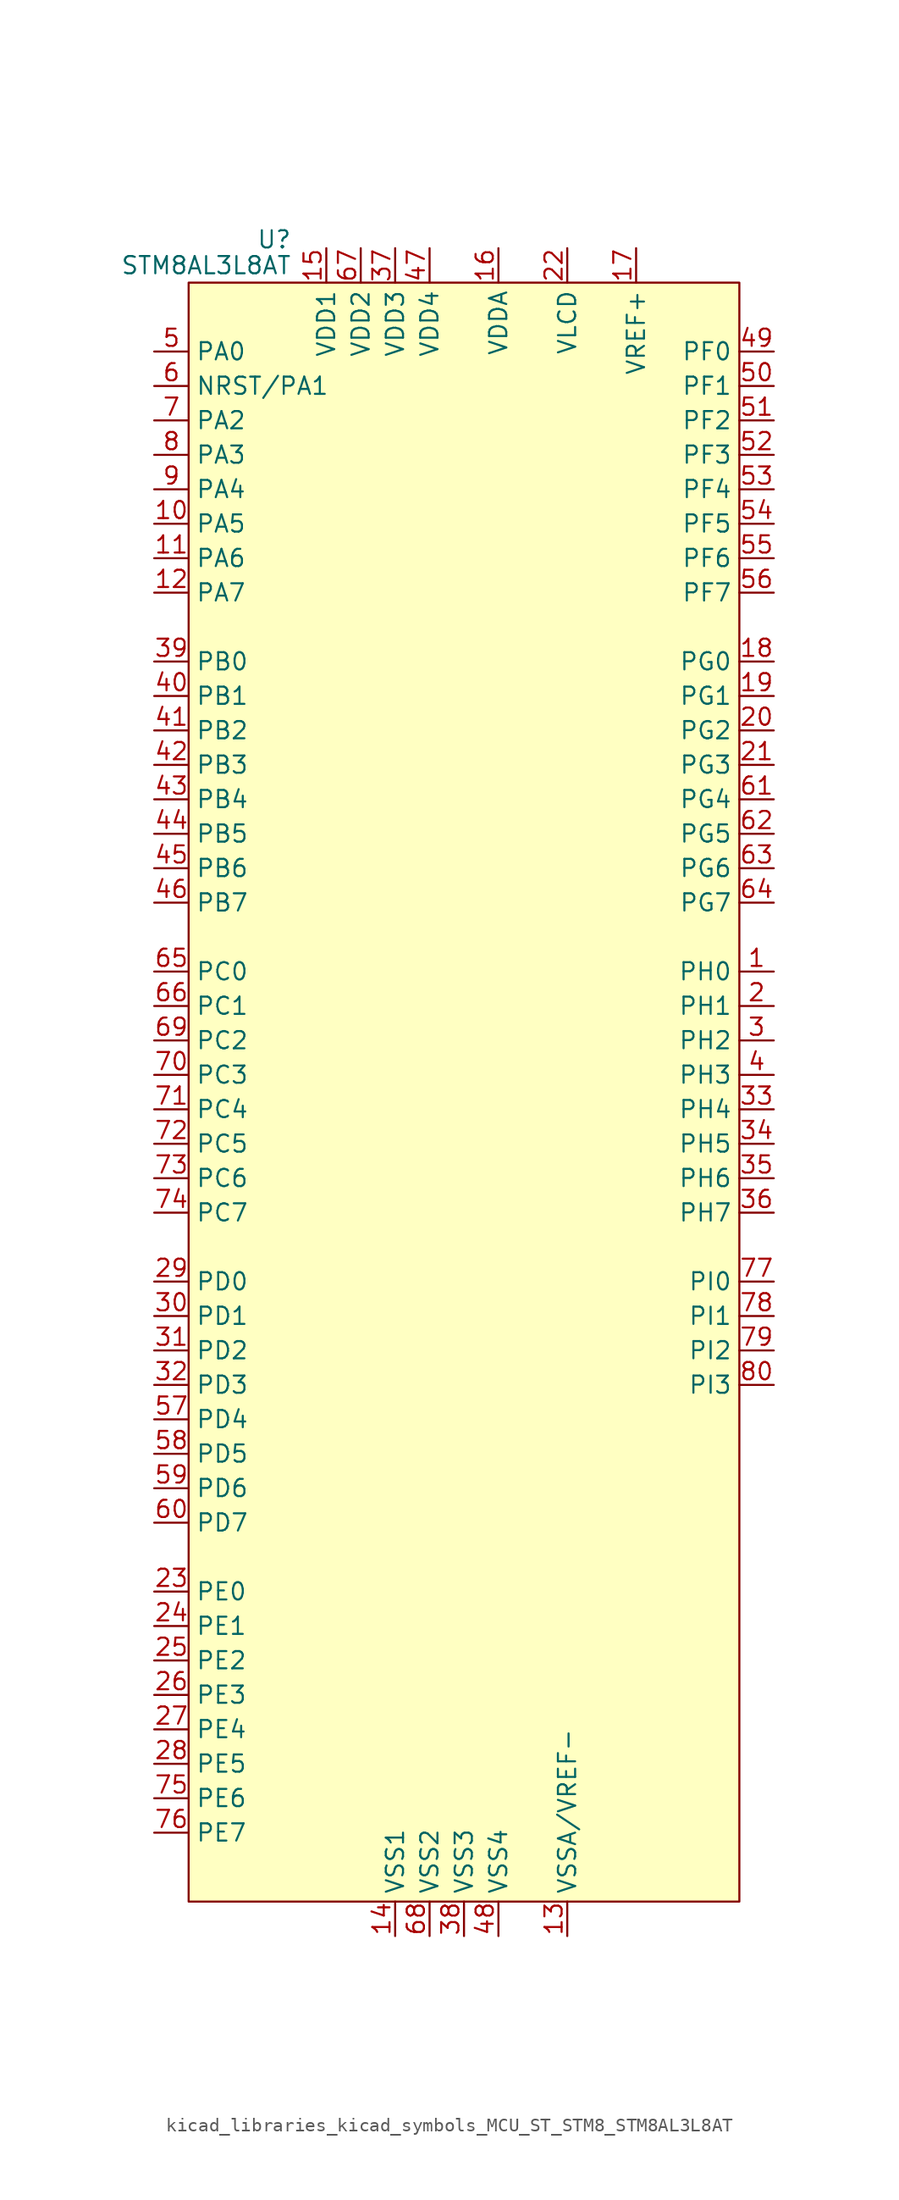
<source format=kicad_sym>
(kicad_symbol_lib
  (version 20220914)
  (generator kicad_symbol_editor)
  (symbol "kicad_libraries_kicad_symbols_MCU_ST_STM8_STM8AL3L8AT"
    (property "Reference" "U"
      (at -12.7 61.595 0)
      (effects (font (size 1.27 1.27)) (justify right)))
    (property "Value" "STM8AL3L8AT"
      (at -12.7 59.69 0)
      (effects (font (size 1.27 1.27)) (justify right)))
    (symbol "kicad_libraries_kicad_symbols_MCU_ST_STM8_STM8AL3L8AT_0_0"
      (pin bidirectional line (at 22.86 7.62 180) (length 2.54) (name "PH0" (effects (font (size 1.27 1.27)))) (number "1" (effects (font (size 1.27 1.27)))))
      (pin bidirectional line (at -22.86 40.64 0) (length 2.54) (name "PA5" (effects (font (size 1.27 1.27)))) (number "10" (effects (font (size 1.27 1.27)))))
      (pin bidirectional line (at -22.86 38.1 0) (length 2.54) (name "PA6" (effects (font (size 1.27 1.27)))) (number "11" (effects (font (size 1.27 1.27)))))
      (pin bidirectional line (at -22.86 35.56 0) (length 2.54) (name "PA7" (effects (font (size 1.27 1.27)))) (number "12" (effects (font (size 1.27 1.27)))))
      (pin power_in line (at 7.62 -63.5 90) (length 2.54) (name "VSSA/VREF-" (effects (font (size 1.27 1.27)))) (number "13" (effects (font (size 1.27 1.27)))))
      (pin power_in line (at -5.08 -63.5 90) (length 2.54) (name "VSS1" (effects (font (size 1.27 1.27)))) (number "14" (effects (font (size 1.27 1.27)))))
      (pin power_in line (at -10.16 60.96 270) (length 2.54) (name "VDD1" (effects (font (size 1.27 1.27)))) (number "15" (effects (font (size 1.27 1.27)))))
      (pin power_in line (at 2.54 60.96 270) (length 2.54) (name "VDDA" (effects (font (size 1.27 1.27)))) (number "16" (effects (font (size 1.27 1.27)))))
      (pin power_in line (at 12.7 60.96 270) (length 2.54) (name "VREF+" (effects (font (size 1.27 1.27)))) (number "17" (effects (font (size 1.27 1.27)))))
      (pin bidirectional line (at 22.86 30.48 180) (length 2.54) (name "PG0" (effects (font (size 1.27 1.27)))) (number "18" (effects (font (size 1.27 1.27)))))
      (pin bidirectional line (at 22.86 27.94 180) (length 2.54) (name "PG1" (effects (font (size 1.27 1.27)))) (number "19" (effects (font (size 1.27 1.27)))))
      (pin bidirectional line (at 22.86 5.08 180) (length 2.54) (name "PH1" (effects (font (size 1.27 1.27)))) (number "2" (effects (font (size 1.27 1.27)))))
      (pin bidirectional line (at 22.86 25.4 180) (length 2.54) (name "PG2" (effects (font (size 1.27 1.27)))) (number "20" (effects (font (size 1.27 1.27)))))
      (pin bidirectional line (at 22.86 22.86 180) (length 2.54) (name "PG3" (effects (font (size 1.27 1.27)))) (number "21" (effects (font (size 1.27 1.27)))))
      (pin power_in line (at 7.62 60.96 270) (length 2.54) (name "VLCD" (effects (font (size 1.27 1.27)))) (number "22" (effects (font (size 1.27 1.27)))))
      (pin bidirectional line (at -22.86 -38.1 0) (length 2.54) (name "PE0" (effects (font (size 1.27 1.27)))) (number "23" (effects (font (size 1.27 1.27)))))
      (pin bidirectional line (at -22.86 -40.64 0) (length 2.54) (name "PE1" (effects (font (size 1.27 1.27)))) (number "24" (effects (font (size 1.27 1.27)))))
      (pin bidirectional line (at -22.86 -43.18 0) (length 2.54) (name "PE2" (effects (font (size 1.27 1.27)))) (number "25" (effects (font (size 1.27 1.27)))))
      (pin bidirectional line (at -22.86 -45.72 0) (length 2.54) (name "PE3" (effects (font (size 1.27 1.27)))) (number "26" (effects (font (size 1.27 1.27)))))
      (pin bidirectional line (at -22.86 -48.26 0) (length 2.54) (name "PE4" (effects (font (size 1.27 1.27)))) (number "27" (effects (font (size 1.27 1.27)))))
      (pin bidirectional line (at -22.86 -50.8 0) (length 2.54) (name "PE5" (effects (font (size 1.27 1.27)))) (number "28" (effects (font (size 1.27 1.27)))))
      (pin bidirectional line (at -22.86 -15.24 0) (length 2.54) (name "PD0" (effects (font (size 1.27 1.27)))) (number "29" (effects (font (size 1.27 1.27)))))
      (pin bidirectional line (at 22.86 2.54 180) (length 2.54) (name "PH2" (effects (font (size 1.27 1.27)))) (number "3" (effects (font (size 1.27 1.27)))))
      (pin bidirectional line (at -22.86 -17.78 0) (length 2.54) (name "PD1" (effects (font (size 1.27 1.27)))) (number "30" (effects (font (size 1.27 1.27)))))
      (pin bidirectional line (at -22.86 -20.32 0) (length 2.54) (name "PD2" (effects (font (size 1.27 1.27)))) (number "31" (effects (font (size 1.27 1.27)))))
      (pin bidirectional line (at -22.86 -22.86 0) (length 2.54) (name "PD3" (effects (font (size 1.27 1.27)))) (number "32" (effects (font (size 1.27 1.27)))))
      (pin bidirectional line (at 22.86 -2.54 180) (length 2.54) (name "PH4" (effects (font (size 1.27 1.27)))) (number "33" (effects (font (size 1.27 1.27)))))
      (pin bidirectional line (at 22.86 -5.08 180) (length 2.54) (name "PH5" (effects (font (size 1.27 1.27)))) (number "34" (effects (font (size 1.27 1.27)))))
      (pin bidirectional line (at 22.86 -7.62 180) (length 2.54) (name "PH6" (effects (font (size 1.27 1.27)))) (number "35" (effects (font (size 1.27 1.27)))))
      (pin bidirectional line (at 22.86 -10.16 180) (length 2.54) (name "PH7" (effects (font (size 1.27 1.27)))) (number "36" (effects (font (size 1.27 1.27)))))
      (pin power_in line (at -5.08 60.96 270) (length 2.54) (name "VDD3" (effects (font (size 1.27 1.27)))) (number "37" (effects (font (size 1.27 1.27)))))
      (pin power_in line (at 0 -63.5 90) (length 2.54) (name "VSS3" (effects (font (size 1.27 1.27)))) (number "38" (effects (font (size 1.27 1.27)))))
      (pin bidirectional line (at -22.86 30.48 0) (length 2.54) (name "PB0" (effects (font (size 1.27 1.27)))) (number "39" (effects (font (size 1.27 1.27)))))
      (pin bidirectional line (at 22.86 0 180) (length 2.54) (name "PH3" (effects (font (size 1.27 1.27)))) (number "4" (effects (font (size 1.27 1.27)))))
      (pin bidirectional line (at -22.86 27.94 0) (length 2.54) (name "PB1" (effects (font (size 1.27 1.27)))) (number "40" (effects (font (size 1.27 1.27)))))
      (pin bidirectional line (at -22.86 25.4 0) (length 2.54) (name "PB2" (effects (font (size 1.27 1.27)))) (number "41" (effects (font (size 1.27 1.27)))))
      (pin bidirectional line (at -22.86 22.86 0) (length 2.54) (name "PB3" (effects (font (size 1.27 1.27)))) (number "42" (effects (font (size 1.27 1.27)))))
      (pin bidirectional line (at -22.86 20.32 0) (length 2.54) (name "PB4" (effects (font (size 1.27 1.27)))) (number "43" (effects (font (size 1.27 1.27)))))
      (pin bidirectional line (at -22.86 17.78 0) (length 2.54) (name "PB5" (effects (font (size 1.27 1.27)))) (number "44" (effects (font (size 1.27 1.27)))))
      (pin bidirectional line (at -22.86 15.24 0) (length 2.54) (name "PB6" (effects (font (size 1.27 1.27)))) (number "45" (effects (font (size 1.27 1.27)))))
      (pin bidirectional line (at -22.86 12.7 0) (length 2.54) (name "PB7" (effects (font (size 1.27 1.27)))) (number "46" (effects (font (size 1.27 1.27)))))
      (pin power_in line (at -2.54 60.96 270) (length 2.54) (name "VDD4" (effects (font (size 1.27 1.27)))) (number "47" (effects (font (size 1.27 1.27)))))
      (pin power_in line (at 2.54 -63.5 90) (length 2.54) (name "VSS4" (effects (font (size 1.27 1.27)))) (number "48" (effects (font (size 1.27 1.27)))))
      (pin bidirectional line (at 22.86 53.34 180) (length 2.54) (name "PF0" (effects (font (size 1.27 1.27)))) (number "49" (effects (font (size 1.27 1.27)))))
      (pin bidirectional line (at -22.86 53.34 0) (length 2.54) (name "PA0" (effects (font (size 1.27 1.27)))) (number "5" (effects (font (size 1.27 1.27)))))
      (pin bidirectional line (at 22.86 50.8 180) (length 2.54) (name "PF1" (effects (font (size 1.27 1.27)))) (number "50" (effects (font (size 1.27 1.27)))))
      (pin bidirectional line (at 22.86 48.26 180) (length 2.54) (name "PF2" (effects (font (size 1.27 1.27)))) (number "51" (effects (font (size 1.27 1.27)))))
      (pin bidirectional line (at 22.86 45.72 180) (length 2.54) (name "PF3" (effects (font (size 1.27 1.27)))) (number "52" (effects (font (size 1.27 1.27)))))
      (pin bidirectional line (at 22.86 43.18 180) (length 2.54) (name "PF4" (effects (font (size 1.27 1.27)))) (number "53" (effects (font (size 1.27 1.27)))))
      (pin bidirectional line (at 22.86 40.64 180) (length 2.54) (name "PF5" (effects (font (size 1.27 1.27)))) (number "54" (effects (font (size 1.27 1.27)))))
      (pin bidirectional line (at 22.86 38.1 180) (length 2.54) (name "PF6" (effects (font (size 1.27 1.27)))) (number "55" (effects (font (size 1.27 1.27)))))
      (pin bidirectional line (at 22.86 35.56 180) (length 2.54) (name "PF7" (effects (font (size 1.27 1.27)))) (number "56" (effects (font (size 1.27 1.27)))))
      (pin bidirectional line (at -22.86 -25.4 0) (length 2.54) (name "PD4" (effects (font (size 1.27 1.27)))) (number "57" (effects (font (size 1.27 1.27)))))
      (pin bidirectional line (at -22.86 -27.94 0) (length 2.54) (name "PD5" (effects (font (size 1.27 1.27)))) (number "58" (effects (font (size 1.27 1.27)))))
      (pin bidirectional line (at -22.86 -30.48 0) (length 2.54) (name "PD6" (effects (font (size 1.27 1.27)))) (number "59" (effects (font (size 1.27 1.27)))))
      (pin bidirectional line (at -22.86 50.8 0) (length 2.54) (name "NRST/PA1" (effects (font (size 1.27 1.27)))) (number "6" (effects (font (size 1.27 1.27)))))
      (pin bidirectional line (at -22.86 -33.02 0) (length 2.54) (name "PD7" (effects (font (size 1.27 1.27)))) (number "60" (effects (font (size 1.27 1.27)))))
      (pin bidirectional line (at 22.86 20.32 180) (length 2.54) (name "PG4" (effects (font (size 1.27 1.27)))) (number "61" (effects (font (size 1.27 1.27)))))
      (pin bidirectional line (at 22.86 17.78 180) (length 2.54) (name "PG5" (effects (font (size 1.27 1.27)))) (number "62" (effects (font (size 1.27 1.27)))))
      (pin bidirectional line (at 22.86 15.24 180) (length 2.54) (name "PG6" (effects (font (size 1.27 1.27)))) (number "63" (effects (font (size 1.27 1.27)))))
      (pin bidirectional line (at 22.86 12.7 180) (length 2.54) (name "PG7" (effects (font (size 1.27 1.27)))) (number "64" (effects (font (size 1.27 1.27)))))
      (pin bidirectional line (at -22.86 7.62 0) (length 2.54) (name "PC0" (effects (font (size 1.27 1.27)))) (number "65" (effects (font (size 1.27 1.27)))))
      (pin bidirectional line (at -22.86 5.08 0) (length 2.54) (name "PC1" (effects (font (size 1.27 1.27)))) (number "66" (effects (font (size 1.27 1.27)))))
      (pin power_in line (at -7.62 60.96 270) (length 2.54) (name "VDD2" (effects (font (size 1.27 1.27)))) (number "67" (effects (font (size 1.27 1.27)))))
      (pin power_in line (at -2.54 -63.5 90) (length 2.54) (name "VSS2" (effects (font (size 1.27 1.27)))) (number "68" (effects (font (size 1.27 1.27)))))
      (pin bidirectional line (at -22.86 2.54 0) (length 2.54) (name "PC2" (effects (font (size 1.27 1.27)))) (number "69" (effects (font (size 1.27 1.27)))))
      (pin bidirectional line (at -22.86 48.26 0) (length 2.54) (name "PA2" (effects (font (size 1.27 1.27)))) (number "7" (effects (font (size 1.27 1.27)))))
      (pin bidirectional line (at -22.86 0 0) (length 2.54) (name "PC3" (effects (font (size 1.27 1.27)))) (number "70" (effects (font (size 1.27 1.27)))))
      (pin bidirectional line (at -22.86 -2.54 0) (length 2.54) (name "PC4" (effects (font (size 1.27 1.27)))) (number "71" (effects (font (size 1.27 1.27)))))
      (pin bidirectional line (at -22.86 -5.08 0) (length 2.54) (name "PC5" (effects (font (size 1.27 1.27)))) (number "72" (effects (font (size 1.27 1.27)))))
      (pin bidirectional line (at -22.86 -7.62 0) (length 2.54) (name "PC6" (effects (font (size 1.27 1.27)))) (number "73" (effects (font (size 1.27 1.27)))))
      (pin bidirectional line (at -22.86 -10.16 0) (length 2.54) (name "PC7" (effects (font (size 1.27 1.27)))) (number "74" (effects (font (size 1.27 1.27)))))
      (pin bidirectional line (at -22.86 -53.34 0) (length 2.54) (name "PE6" (effects (font (size 1.27 1.27)))) (number "75" (effects (font (size 1.27 1.27)))))
      (pin bidirectional line (at -22.86 -55.88 0) (length 2.54) (name "PE7" (effects (font (size 1.27 1.27)))) (number "76" (effects (font (size 1.27 1.27)))))
      (pin bidirectional line (at 22.86 -15.24 180) (length 2.54) (name "PI0" (effects (font (size 1.27 1.27)))) (number "77" (effects (font (size 1.27 1.27)))))
      (pin bidirectional line (at 22.86 -17.78 180) (length 2.54) (name "PI1" (effects (font (size 1.27 1.27)))) (number "78" (effects (font (size 1.27 1.27)))))
      (pin bidirectional line (at 22.86 -20.32 180) (length 2.54) (name "PI2" (effects (font (size 1.27 1.27)))) (number "79" (effects (font (size 1.27 1.27)))))
      (pin bidirectional line (at -22.86 45.72 0) (length 2.54) (name "PA3" (effects (font (size 1.27 1.27)))) (number "8" (effects (font (size 1.27 1.27)))))
      (pin bidirectional line (at 22.86 -22.86 180) (length 2.54) (name "PI3" (effects (font (size 1.27 1.27)))) (number "80" (effects (font (size 1.27 1.27)))))
      (pin bidirectional line (at -22.86 43.18 0) (length 2.54) (name "PA4" (effects (font (size 1.27 1.27)))) (number "9" (effects (font (size 1.27 1.27))))))
    (symbol "kicad_libraries_kicad_symbols_MCU_ST_STM8_STM8AL3L8AT_0_1"
      (rectangle (start -20.32 58.42) (end 20.32 -60.96) (stroke (width 0) (type default)) (fill (type background))))))
</source>
